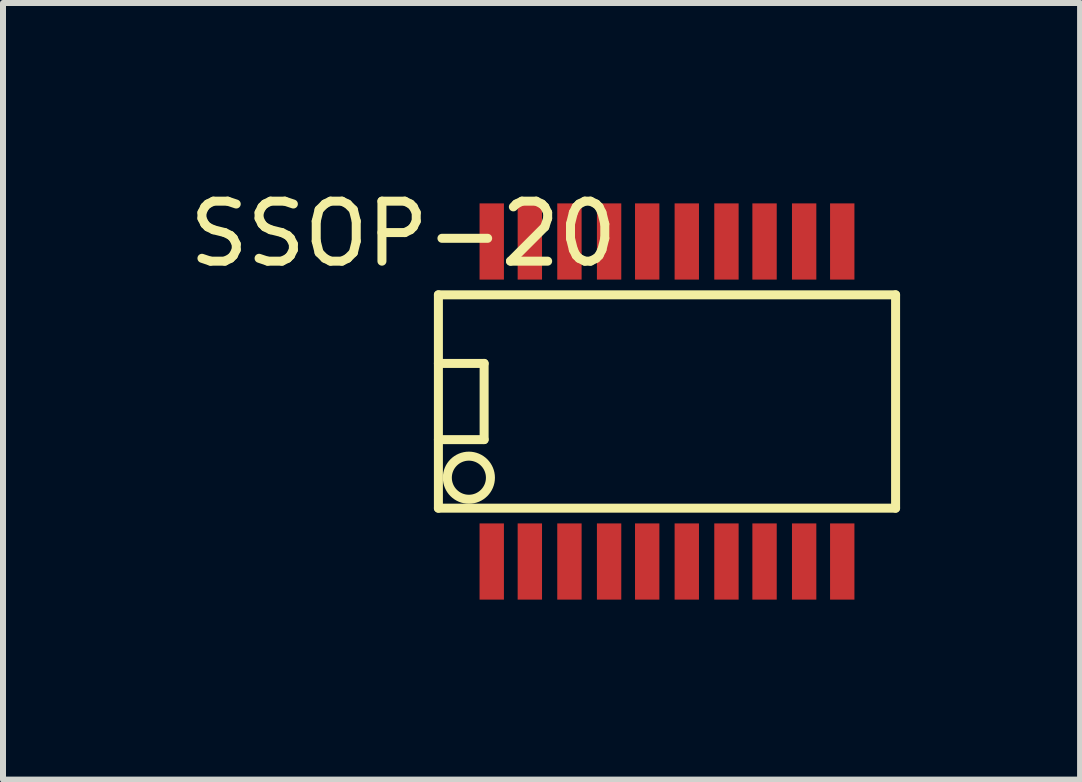
<source format=kicad_pcb>
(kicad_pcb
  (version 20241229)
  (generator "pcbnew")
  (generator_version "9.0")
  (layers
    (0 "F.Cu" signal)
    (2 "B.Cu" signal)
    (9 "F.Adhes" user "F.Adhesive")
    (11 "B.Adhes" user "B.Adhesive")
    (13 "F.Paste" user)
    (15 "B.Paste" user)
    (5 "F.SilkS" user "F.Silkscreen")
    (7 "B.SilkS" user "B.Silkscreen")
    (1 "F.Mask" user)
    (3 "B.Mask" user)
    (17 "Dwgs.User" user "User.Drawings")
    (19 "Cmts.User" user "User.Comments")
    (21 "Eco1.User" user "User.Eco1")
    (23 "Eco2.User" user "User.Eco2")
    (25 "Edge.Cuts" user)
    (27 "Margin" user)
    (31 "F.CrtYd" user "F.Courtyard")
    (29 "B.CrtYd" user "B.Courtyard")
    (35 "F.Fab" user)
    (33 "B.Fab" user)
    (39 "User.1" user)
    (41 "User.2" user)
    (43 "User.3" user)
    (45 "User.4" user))
  (footprint "SSOP-20"
    (layer "F.Cu")
    (at 8.067 3.642)
    (property "Reference" "SSOP-20" (at -4.394 -2.794 0) (layer "F.SilkS") (effects (font (size 1 1) (thickness 0.15))))
    (attr smd)
    (fp_line (start -3.81 -0.635) (end -3.048 -0.635) (stroke (width 0.15) (type solid)) (layer "F.SilkS"))
    (fp_line (start -3.81 1.778) (end -3.81 -1.778) (stroke (width 0.15) (type solid)) (layer "F.SilkS"))
    (fp_line (start -3.81 1.778) (end 3.81 1.778) (stroke (width 0.15) (type solid)) (layer "F.SilkS"))
    (fp_line (start -3.048 -0.635) (end -3.048 0.635) (stroke (width 0.15) (type solid)) (layer "F.SilkS"))
    (fp_line (start -3.048 0.635) (end -3.81 0.635) (stroke (width 0.15) (type solid)) (layer "F.SilkS"))
    (fp_line (start 3.81 -1.778) (end -3.81 -1.778) (stroke (width 0.15) (type solid)) (layer "F.SilkS"))
    (fp_line (start 3.81 -1.778) (end 3.81 1.778) (stroke (width 0.15) (type solid)) (layer "F.SilkS"))
    (fp_circle (center -3.302 1.27) (end -3.556 1.016) (stroke (width 0.15) (type solid)) (fill no) (layer "F.SilkS"))
    (pad "1" smd rect (at -2.921 2.667) (size 0.406 1.27) (layers "F.Cu" "F.Mask" "F.Paste"))
    (pad "2" smd rect (at -2.286 2.667) (size 0.406 1.27) (layers "F.Cu" "F.Mask" "F.Paste"))
    (pad "3" smd rect (at -1.626 2.667) (size 0.406 1.27) (layers "F.Cu" "F.Mask" "F.Paste"))
    (pad "4" smd rect (at -0.965 2.667) (size 0.406 1.27) (layers "F.Cu" "F.Mask" "F.Paste"))
    (pad "5" smd rect (at -0.33 2.667) (size 0.406 1.27) (layers "F.Cu" "F.Mask" "F.Paste"))
    (pad "6" smd rect (at 0.33 2.667) (size 0.406 1.27) (layers "F.Cu" "F.Mask" "F.Paste"))
    (pad "7" smd rect (at 0.991 2.667) (size 0.406 1.27) (layers "F.Cu" "F.Mask" "F.Paste"))
    (pad "8" smd rect (at 1.626 2.667) (size 0.406 1.27) (layers "F.Cu" "F.Mask" "F.Paste"))
    (pad "9" smd rect (at 2.286 2.667) (size 0.406 1.27) (layers "F.Cu" "F.Mask" "F.Paste"))
    (pad "10" smd rect (at 2.921 2.667) (size 0.406 1.27) (layers "F.Cu" "F.Mask" "F.Paste"))
    (pad "11" smd rect (at 2.921 -2.667) (size 0.406 1.27) (layers "F.Cu" "F.Mask" "F.Paste"))
    (pad "12" smd rect (at 2.286 -2.667) (size 0.406 1.27) (layers "F.Cu" "F.Mask" "F.Paste"))
    (pad "13" smd rect (at 1.626 -2.667) (size 0.406 1.27) (layers "F.Cu" "F.Mask" "F.Paste"))
    (pad "14" smd rect (at 0.991 -2.667) (size 0.406 1.27) (layers "F.Cu" "F.Mask" "F.Paste"))
    (pad "15" smd rect (at 0.33 -2.667) (size 0.406 1.27) (layers "F.Cu" "F.Mask" "F.Paste"))
    (pad "16" smd rect (at -0.33 -2.667) (size 0.406 1.27) (layers "F.Cu" "F.Mask" "F.Paste"))
    (pad "17" smd rect (at -0.965 -2.667) (size 0.406 1.27) (layers "F.Cu" "F.Mask" "F.Paste"))
    (pad "18" smd rect (at -1.626 -2.667) (size 0.406 1.27) (layers "F.Cu" "F.Mask" "F.Paste"))
    (pad "19" smd rect (at -2.286 -2.667) (size 0.406 1.27) (layers "F.Cu" "F.Mask" "F.Paste"))
    (pad "20" smd rect (at -2.921 -2.667) (size 0.406 1.27) (layers "F.Cu" "F.Mask" "F.Paste")))
  (gr_rect
    (start -3 -3)
    (end 14.952 9.944)
    (stroke (width 0.1) (type default))
    (fill no)
    (layer "Edge.Cuts")))
</source>
